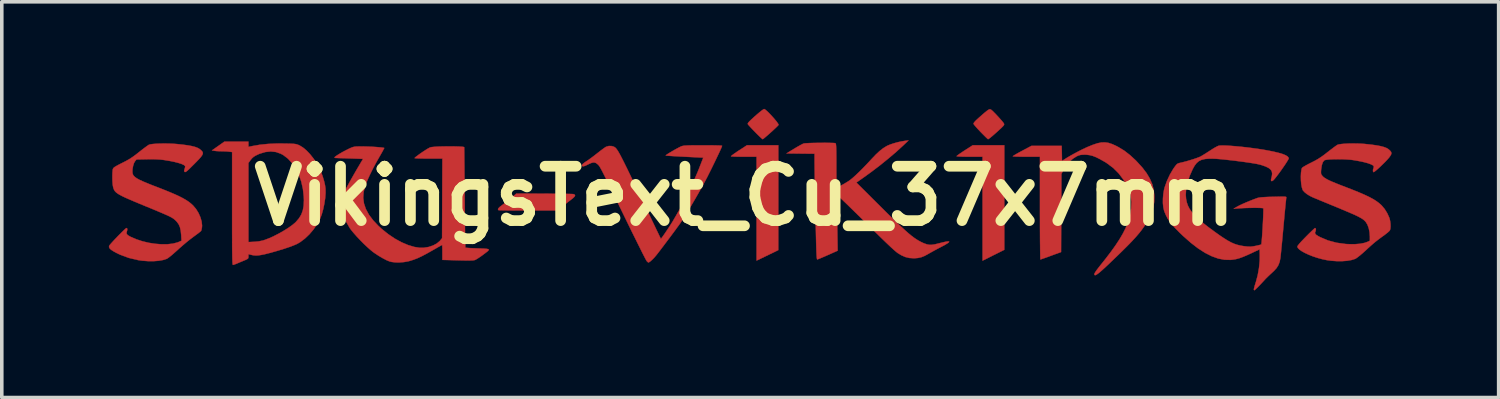
<source format=kicad_pcb>
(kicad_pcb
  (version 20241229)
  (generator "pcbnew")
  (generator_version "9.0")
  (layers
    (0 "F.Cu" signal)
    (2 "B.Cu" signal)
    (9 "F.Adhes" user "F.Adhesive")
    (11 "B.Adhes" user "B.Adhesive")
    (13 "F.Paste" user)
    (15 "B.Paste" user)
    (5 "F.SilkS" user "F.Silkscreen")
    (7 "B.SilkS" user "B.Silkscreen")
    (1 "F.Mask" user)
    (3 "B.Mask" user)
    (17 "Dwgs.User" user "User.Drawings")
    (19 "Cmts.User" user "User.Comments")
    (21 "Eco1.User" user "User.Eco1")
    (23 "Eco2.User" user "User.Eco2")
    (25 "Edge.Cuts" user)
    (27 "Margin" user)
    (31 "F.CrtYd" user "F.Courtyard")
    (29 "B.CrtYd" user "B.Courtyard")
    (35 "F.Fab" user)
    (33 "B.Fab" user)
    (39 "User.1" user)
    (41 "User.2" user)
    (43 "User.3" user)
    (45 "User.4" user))
  (footprint "VikingsText_Cu_37x7mm"
    (layer "F.Cu")
    (at 17.814 2.443)
    (property "Reference" "VikingsText_Cu_37x7mm" (at 0 0 0) (layer "F.SilkS") (effects (font (size 1.524 1.524) (thickness 0.3))))
    (attr through_hole)
    (fp_poly (pts (xy 7.281 1.507) (xy 6.977 1.659) (xy 6.672 1.812) (xy 6.672 -1.101) (xy 6.308 -1.101) (xy 6.2 -1.101) (xy 6.106 -1.103) (xy 6.028 -1.106) (xy 5.974 -1.11) (xy 5.946 -1.114) (xy 5.944 -1.116) (xy 5.957 -1.13) (xy 5.994 -1.158) (xy 6.051 -1.198) (xy 6.121 -1.245) (xy 6.17 -1.277) (xy 6.396 -1.422) (xy 7.281 -1.422) (xy 7.281 1.507)) (stroke (width 0.01) (type solid)) (fill yes) (layer "F.Cu"))
    (fp_poly (pts (xy 0.948 0.047) (xy 0.947 1.516) (xy 0.643 1.663) (xy 0.339 1.81) (xy 0.339 -1.101) (xy -0.014 -1.101) (xy -0.12 -1.101) (xy -0.215 -1.103) (xy -0.292 -1.105) (xy -0.348 -1.108) (xy -0.376 -1.111) (xy -0.379 -1.112) (xy -0.369 -1.125) (xy -0.335 -1.152) (xy -0.282 -1.191) (xy -0.214 -1.238) (xy -0.161 -1.273) (xy 0.069 -1.422) (xy 0.948 -1.422) (xy 0.948 0.047)) (stroke (width 0.01) (type solid)) (fill yes) (layer "F.Cu"))
    (fp_poly (pts (xy -5.614 -0.066) (xy -5.454 -0.065) (xy -5.302 -0.064) (xy -5.164 -0.063) (xy -5.042 -0.061) (xy -4.94 -0.059) (xy -4.862 -0.057) (xy -4.811 -0.055) (xy -4.792 -0.053) (xy -4.757 -0.037) (xy -4.747 -0.014) (xy -4.764 0.018) (xy -4.808 0.061) (xy -4.872 0.111) (xy -4.948 0.169) (xy -5.03 0.235) (xy -5.105 0.296) (xy -5.119 0.308) (xy -5.234 0.406) (xy -6.06 0.406) (xy -6.224 0.406) (xy -6.378 0.406) (xy -6.518 0.405) (xy -6.641 0.403) (xy -6.744 0.402) (xy -6.823 0.4) (xy -6.875 0.398) (xy -6.897 0.395) (xy -6.898 0.395) (xy -6.908 0.372) (xy -6.896 0.344) (xy -6.859 0.306) (xy -6.796 0.258) (xy -6.732 0.211) (xy -6.656 0.151) (xy -6.578 0.088) (xy -6.538 0.055) (xy -6.394 -0.068) (xy -5.614 -0.066)) (stroke (width 0.01) (type solid)) (fill yes) (layer "F.Cu"))
    (fp_poly (pts (xy 0.576 -2.426) (xy 0.616 -2.393) (xy 0.668 -2.345) (xy 0.726 -2.285) (xy 0.786 -2.22) (xy 0.843 -2.155) (xy 0.893 -2.094) (xy 0.931 -2.043) (xy 0.953 -2.007) (xy 0.955 -1.993) (xy 0.94 -1.974) (xy 0.905 -1.939) (xy 0.855 -1.891) (xy 0.795 -1.835) (xy 0.73 -1.776) (xy 0.665 -1.718) (xy 0.605 -1.667) (xy 0.556 -1.625) (xy 0.522 -1.599) (xy 0.509 -1.592) (xy 0.493 -1.603) (xy 0.457 -1.635) (xy 0.407 -1.683) (xy 0.346 -1.743) (xy 0.302 -1.788) (xy 0.236 -1.856) (xy 0.178 -1.917) (xy 0.132 -1.967) (xy 0.102 -2.001) (xy 0.095 -2.011) (xy 0.092 -2.03) (xy 0.106 -2.055) (xy 0.139 -2.093) (xy 0.195 -2.147) (xy 0.196 -2.148) (xy 0.28 -2.225) (xy 0.359 -2.294) (xy 0.43 -2.354) (xy 0.489 -2.4) (xy 0.531 -2.429) (xy 0.552 -2.438) (xy 0.576 -2.426)) (stroke (width 0.01) (type solid)) (fill yes) (layer "F.Cu"))
    (fp_poly (pts (xy 6.904 -2.423) (xy 6.915 -2.416) (xy 6.944 -2.392) (xy 6.988 -2.349) (xy 7.043 -2.293) (xy 7.102 -2.23) (xy 7.16 -2.166) (xy 7.211 -2.108) (xy 7.25 -2.06) (xy 7.271 -2.03) (xy 7.272 -2.028) (xy 7.277 -2.009) (xy 7.27 -1.988) (xy 7.248 -1.959) (xy 7.207 -1.917) (xy 7.162 -1.875) (xy 7.082 -1.802) (xy 7.006 -1.734) (xy 6.939 -1.676) (xy 6.883 -1.63) (xy 6.844 -1.601) (xy 6.827 -1.592) (xy 6.811 -1.603) (xy 6.777 -1.635) (xy 6.727 -1.684) (xy 6.666 -1.745) (xy 6.616 -1.796) (xy 6.55 -1.866) (xy 6.494 -1.928) (xy 6.45 -1.979) (xy 6.424 -2.013) (xy 6.418 -2.026) (xy 6.426 -2.048) (xy 6.451 -2.081) (xy 6.495 -2.127) (xy 6.562 -2.188) (xy 6.653 -2.268) (xy 6.659 -2.274) (xy 6.736 -2.34) (xy 6.793 -2.386) (xy 6.833 -2.414) (xy 6.862 -2.429) (xy 6.884 -2.431) (xy 6.904 -2.423)) (stroke (width 0.01) (type solid)) (fill yes) (layer "F.Cu"))
    (fp_poly (pts (xy 10.2 -1.489) (xy 10.303 -1.455) (xy 10.416 -1.404) (xy 10.48 -1.37) (xy 10.643 -1.271) (xy 10.803 -1.147) (xy 10.966 -0.997) (xy 11 -0.961) (xy 11.151 -0.795) (xy 11.271 -0.637) (xy 11.362 -0.483) (xy 11.428 -0.33) (xy 11.468 -0.174) (xy 11.485 -0.012) (xy 11.486 0.042) (xy 11.48 0.18) (xy 11.459 0.305) (xy 11.421 0.428) (xy 11.364 0.562) (xy 11.357 0.576) (xy 11.307 0.675) (xy 11.253 0.769) (xy 11.195 0.861) (xy 11.129 0.953) (xy 11.052 1.05) (xy 10.963 1.153) (xy 10.859 1.266) (xy 10.737 1.392) (xy 10.594 1.534) (xy 10.429 1.695) (xy 10.419 1.704) (xy 10.279 1.838) (xy 10.162 1.95) (xy 10.065 2.04) (xy 9.986 2.11) (xy 9.924 2.162) (xy 9.877 2.196) (xy 9.844 2.215) (xy 9.821 2.219) (xy 9.809 2.21) (xy 9.805 2.19) (xy 9.804 2.185) (xy 9.815 2.16) (xy 9.843 2.115) (xy 9.885 2.056) (xy 9.937 1.989) (xy 9.95 1.972) (xy 10.123 1.755) (xy 10.273 1.558) (xy 10.401 1.379) (xy 10.51 1.213) (xy 10.6 1.06) (xy 10.674 0.915) (xy 10.733 0.776) (xy 10.778 0.639) (xy 10.811 0.503) (xy 10.834 0.363) (xy 10.836 0.347) (xy 10.844 0.166) (xy 10.824 -0.006) (xy 10.773 -0.175) (xy 10.692 -0.344) (xy 10.628 -0.447) (xy 10.489 -0.631) (xy 10.332 -0.788) (xy 10.154 -0.921) (xy 10.085 -0.964) (xy 9.959 -1.035) (xy 9.853 -1.088) (xy 9.76 -1.124) (xy 9.673 -1.146) (xy 9.587 -1.157) (xy 9.542 -1.158) (xy 9.466 -1.157) (xy 9.41 -1.15) (xy 9.359 -1.135) (xy 9.306 -1.111) (xy 9.204 -1.046) (xy 9.103 -0.958) (xy 9.014 -0.855) (xy 8.945 -0.747) (xy 8.939 -0.735) (xy 8.882 -0.618) (xy 8.877 0.476) (xy 8.872 1.57) (xy 8.589 1.674) (xy 8.497 1.708) (xy 8.416 1.737) (xy 8.351 1.759) (xy 8.309 1.774) (xy 8.293 1.778) (xy 8.291 1.762) (xy 8.289 1.714) (xy 8.288 1.637) (xy 8.286 1.533) (xy 8.285 1.406) (xy 8.283 1.257) (xy 8.282 1.089) (xy 8.281 0.904) (xy 8.281 0.705) (xy 8.28 0.494) (xy 8.28 0.339) (xy 8.28 -1.101) (xy 7.899 -1.101) (xy 7.79 -1.101) (xy 7.693 -1.103) (xy 7.613 -1.105) (xy 7.554 -1.108) (xy 7.523 -1.112) (xy 7.518 -1.114) (xy 7.533 -1.125) (xy 7.572 -1.15) (xy 7.632 -1.185) (xy 7.707 -1.227) (xy 7.78 -1.266) (xy 8.042 -1.405) (xy 8.466 -1.405) (xy 8.889 -1.405) (xy 8.894 -1.194) (xy 8.898 -0.982) (xy 8.96 -1.023) (xy 9.031 -1.068) (xy 9.124 -1.123) (xy 9.232 -1.183) (xy 9.346 -1.244) (xy 9.458 -1.301) (xy 9.559 -1.349) (xy 9.623 -1.378) (xy 9.769 -1.437) (xy 9.893 -1.478) (xy 10.002 -1.5) (xy 10.102 -1.503) (xy 10.2 -1.489)) (stroke (width 0.01) (type solid)) (fill yes) (layer "F.Cu"))
    (fp_poly (pts (xy -13.902 -1.377) (xy -13.796 -1.399) (xy -13.579 -1.437) (xy -13.351 -1.46) (xy -13.105 -1.471) (xy -12.917 -1.47) (xy -12.8 -1.468) (xy -12.712 -1.466) (xy -12.646 -1.463) (xy -12.596 -1.458) (xy -12.558 -1.451) (xy -12.525 -1.44) (xy -12.491 -1.427) (xy -12.467 -1.416) (xy -12.375 -1.36) (xy -12.277 -1.278) (xy -12.178 -1.175) (xy -12.082 -1.055) (xy -11.993 -0.925) (xy -11.922 -0.799) (xy -11.87 -0.683) (xy -11.823 -0.554) (xy -11.783 -0.423) (xy -11.755 -0.301) (xy -11.742 -0.211) (xy -11.74 -0.086) (xy -11.751 0.06) (xy -11.774 0.215) (xy -11.807 0.37) (xy -11.847 0.513) (xy -11.893 0.635) (xy -11.895 0.638) (xy -11.976 0.79) (xy -12.078 0.937) (xy -12.195 1.074) (xy -12.321 1.194) (xy -12.45 1.291) (xy -12.527 1.336) (xy -12.627 1.381) (xy -12.76 1.431) (xy -12.925 1.486) (xy -13.123 1.545) (xy -13.174 1.56) (xy -13.324 1.601) (xy -13.446 1.632) (xy -13.546 1.652) (xy -13.629 1.664) (xy -13.698 1.667) (xy -13.76 1.662) (xy -13.805 1.653) (xy -13.902 1.63) (xy -13.902 1.694) (xy -13.903 1.726) (xy -13.911 1.748) (xy -13.931 1.765) (xy -13.969 1.785) (xy -14.033 1.812) (xy -14.034 1.812) (xy -14.106 1.842) (xy -14.177 1.872) (xy -14.233 1.896) (xy -14.239 1.898) (xy -14.288 1.917) (xy -14.326 1.929) (xy -14.336 1.93) (xy -14.34 1.926) (xy -14.344 1.912) (xy -14.347 1.886) (xy -14.35 1.847) (xy -14.352 1.792) (xy -14.354 1.72) (xy -14.355 1.629) (xy -14.357 1.517) (xy -14.358 1.381) (xy -14.358 1.221) (xy -14.359 1.034) (xy -14.359 0.819) (xy -14.359 0.573) (xy -14.359 0.349) (xy -14.359 -0.926) (xy -13.902 -0.926) (xy -13.902 1.291) (xy -13.737 1.283) (xy -13.612 1.271) (xy -13.501 1.248) (xy -13.437 1.228) (xy -13.312 1.18) (xy -13.178 1.118) (xy -13.04 1.047) (xy -12.906 0.97) (xy -12.782 0.892) (xy -12.674 0.815) (xy -12.59 0.745) (xy -12.57 0.725) (xy -12.484 0.624) (xy -12.42 0.519) (xy -12.378 0.403) (xy -12.354 0.272) (xy -12.347 0.12) (xy -12.351 0.017) (xy -12.375 -0.199) (xy -12.421 -0.404) (xy -12.488 -0.594) (xy -12.573 -0.766) (xy -12.675 -0.918) (xy -12.792 -1.045) (xy -12.923 -1.146) (xy -12.995 -1.185) (xy -13.13 -1.233) (xy -13.275 -1.249) (xy -13.427 -1.233) (xy -13.582 -1.187) (xy -13.629 -1.167) (xy -13.704 -1.131) (xy -13.758 -1.097) (xy -13.801 -1.058) (xy -13.844 -1.006) (xy -13.854 -0.992) (xy -13.902 -0.926) (xy -14.359 -0.926) (xy -14.359 -1.232) (xy -14.438 -1.242) (xy -14.494 -1.248) (xy -14.569 -1.252) (xy -14.647 -1.254) (xy -14.654 -1.254) (xy -14.729 -1.256) (xy -14.8 -1.26) (xy -14.853 -1.266) (xy -14.857 -1.267) (xy -14.924 -1.279) (xy -14.749 -1.401) (xy -14.575 -1.524) (xy -13.902 -1.524) (xy -13.902 -1.377)) (stroke (width 0.01) (type solid)) (fill yes) (layer "F.Cu"))
    (fp_poly (pts (xy 4.453 -1.421) (xy 4.253 -1.238) (xy 4.029 -1.048) (xy 3.792 -0.856) (xy 3.547 -0.67) (xy 3.342 -0.522) (xy 3.136 -0.377) (xy 3.799 0.283) (xy 3.977 0.46) (xy 4.133 0.614) (xy 4.271 0.747) (xy 4.392 0.861) (xy 4.498 0.959) (xy 4.591 1.041) (xy 4.674 1.11) (xy 4.749 1.167) (xy 4.818 1.214) (xy 4.884 1.254) (xy 4.947 1.288) (xy 5.011 1.318) (xy 5.041 1.33) (xy 5.112 1.355) (xy 5.178 1.367) (xy 5.25 1.367) (xy 5.336 1.354) (xy 5.443 1.328) (xy 5.446 1.327) (xy 5.566 1.297) (xy 5.654 1.278) (xy 5.711 1.271) (xy 5.736 1.277) (xy 5.73 1.294) (xy 5.692 1.324) (xy 5.622 1.366) (xy 5.522 1.421) (xy 5.502 1.431) (xy 5.41 1.479) (xy 5.317 1.529) (xy 5.234 1.575) (xy 5.168 1.612) (xy 5.156 1.619) (xy 5.049 1.678) (xy 4.956 1.715) (xy 4.864 1.736) (xy 4.763 1.744) (xy 4.74 1.744) (xy 4.617 1.736) (xy 4.504 1.708) (xy 4.392 1.658) (xy 4.293 1.597) (xy 4.249 1.563) (xy 4.182 1.505) (xy 4.091 1.422) (xy 3.978 1.315) (xy 3.842 1.184) (xy 3.683 1.028) (xy 3.501 0.849) (xy 3.437 0.786) (xy 3.306 0.656) (xy 3.18 0.532) (xy 3.063 0.417) (xy 2.957 0.314) (xy 2.864 0.223) (xy 2.785 0.148) (xy 2.724 0.09) (xy 2.683 0.052) (xy 2.663 0.036) (xy 2.662 0.035) (xy 2.627 0.024) (xy 2.606 0.027) (xy 2.601 0.042) (xy 2.597 0.08) (xy 2.595 0.145) (xy 2.594 0.236) (xy 2.594 0.356) (xy 2.595 0.507) (xy 2.598 0.688) (xy 2.599 0.785) (xy 2.611 1.532) (xy 2.334 1.655) (xy 2.244 1.695) (xy 2.164 1.729) (xy 2.099 1.756) (xy 2.055 1.773) (xy 2.038 1.778) (xy 2.032 1.766) (xy 2.026 1.727) (xy 2.021 1.66) (xy 2.016 1.565) (xy 2.012 1.438) (xy 2.008 1.3) (xy 2.001 1.001) (xy 1.994 0.715) (xy 1.988 0.443) (xy 1.983 0.188) (xy 1.978 -0.048) (xy 1.974 -0.263) (xy 1.971 -0.454) (xy 1.968 -0.62) (xy 1.966 -0.758) (xy 1.965 -0.866) (xy 1.964 -0.927) (xy 1.964 -1.185) (xy 1.571 -1.189) (xy 1.177 -1.194) (xy 1.389 -1.323) (xy 1.469 -1.371) (xy 1.544 -1.413) (xy 1.606 -1.447) (xy 1.649 -1.468) (xy 1.658 -1.471) (xy 1.689 -1.476) (xy 1.749 -1.48) (xy 1.829 -1.484) (xy 1.925 -1.487) (xy 2.031 -1.489) (xy 2.141 -1.49) (xy 2.249 -1.491) (xy 2.348 -1.49) (xy 2.434 -1.488) (xy 2.5 -1.486) (xy 2.54 -1.482) (xy 2.547 -1.48) (xy 2.554 -1.474) (xy 2.56 -1.461) (xy 2.564 -1.437) (xy 2.568 -1.398) (xy 2.57 -1.343) (xy 2.572 -1.267) (xy 2.573 -1.167) (xy 2.574 -1.041) (xy 2.574 -0.884) (xy 2.574 -0.853) (xy 2.574 -0.713) (xy 2.575 -0.583) (xy 2.576 -0.469) (xy 2.577 -0.373) (xy 2.579 -0.3) (xy 2.581 -0.254) (xy 2.583 -0.237) (xy 2.583 -0.237) (xy 2.608 -0.245) (xy 2.655 -0.268) (xy 2.716 -0.3) (xy 2.785 -0.338) (xy 2.853 -0.378) (xy 2.913 -0.415) (xy 2.956 -0.445) (xy 3.026 -0.501) (xy 3.114 -0.58) (xy 3.216 -0.677) (xy 3.327 -0.788) (xy 3.444 -0.91) (xy 3.562 -1.037) (xy 3.679 -1.16) (xy 3.785 -1.259) (xy 3.883 -1.336) (xy 3.98 -1.397) (xy 4.012 -1.413) (xy 4.086 -1.444) (xy 4.182 -1.476) (xy 4.29 -1.506) (xy 4.399 -1.53) (xy 4.497 -1.546) (xy 4.504 -1.547) (xy 4.597 -1.558) (xy 4.453 -1.421)) (stroke (width 0.01) (type solid)) (fill yes) (layer "F.Cu"))
    (fp_poly (pts (xy -1.029 -1.421) (xy -0.907 -1.42) (xy -0.802 -1.418) (xy -0.719 -1.416) (xy -0.66 -1.413) (xy -0.63 -1.409) (xy -0.627 -1.407) (xy -0.634 -1.386) (xy -0.654 -1.338) (xy -0.685 -1.269) (xy -0.725 -1.183) (xy -0.772 -1.085) (xy -0.823 -0.978) (xy -0.877 -0.867) (xy -0.931 -0.756) (xy -0.984 -0.651) (xy -1.032 -0.555) (xy -1.075 -0.472) (xy -1.092 -0.44) (xy -1.184 -0.27) (xy -1.284 -0.091) (xy -1.388 0.09) (xy -1.492 0.268) (xy -1.593 0.436) (xy -1.688 0.588) (xy -1.772 0.719) (xy -1.8 0.762) (xy -1.832 0.807) (xy -1.881 0.874) (xy -1.943 0.959) (xy -2.014 1.055) (xy -2.092 1.16) (xy -2.172 1.266) (xy -2.251 1.371) (xy -2.325 1.469) (xy -2.39 1.554) (xy -2.443 1.623) (xy -2.479 1.668) (xy -2.537 1.735) (xy -2.594 1.792) (xy -2.644 1.836) (xy -2.681 1.86) (xy -2.693 1.863) (xy -2.711 1.852) (xy -2.739 1.825) (xy -2.739 1.824) (xy -2.752 1.803) (xy -2.779 1.754) (xy -2.818 1.679) (xy -2.868 1.581) (xy -2.927 1.462) (xy -2.996 1.324) (xy -3.072 1.17) (xy -3.155 1.003) (xy -3.243 0.823) (xy -3.335 0.635) (xy -3.368 0.567) (xy -3.483 0.33) (xy -3.584 0.122) (xy -3.673 -0.06) (xy -3.75 -0.217) (xy -3.815 -0.351) (xy -3.871 -0.465) (xy -3.919 -0.56) (xy -3.958 -0.638) (xy -3.99 -0.7) (xy -4.017 -0.75) (xy -4.039 -0.789) (xy -4.056 -0.818) (xy -4.071 -0.84) (xy -4.084 -0.857) (xy -4.096 -0.871) (xy -4.108 -0.883) (xy -4.11 -0.885) (xy -4.162 -0.925) (xy -4.213 -0.941) (xy -4.272 -0.934) (xy -4.347 -0.904) (xy -4.374 -0.89) (xy -4.454 -0.851) (xy -4.509 -0.833) (xy -4.542 -0.835) (xy -4.555 -0.856) (xy -4.555 -0.862) (xy -4.539 -0.892) (xy -4.491 -0.932) (xy -4.441 -0.966) (xy -4.384 -1.004) (xy -4.31 -1.057) (xy -4.228 -1.118) (xy -4.146 -1.182) (xy -4.131 -1.194) (xy -4.057 -1.252) (xy -3.988 -1.304) (xy -3.93 -1.346) (xy -3.89 -1.373) (xy -3.882 -1.378) (xy -3.803 -1.402) (xy -3.72 -1.4) (xy -3.658 -1.38) (xy -3.641 -1.37) (xy -3.624 -1.359) (xy -3.607 -1.343) (xy -3.588 -1.321) (xy -3.567 -1.292) (xy -3.542 -1.254) (xy -3.513 -1.204) (xy -3.478 -1.141) (xy -3.438 -1.063) (xy -3.39 -0.969) (xy -3.334 -0.856) (xy -3.268 -0.722) (xy -3.193 -0.567) (xy -3.106 -0.388) (xy -3.008 -0.183) (xy -2.897 0.049) (xy -2.811 0.229) (xy -2.73 0.397) (xy -2.653 0.557) (xy -2.582 0.705) (xy -2.518 0.838) (xy -2.463 0.954) (xy -2.416 1.051) (xy -2.38 1.126) (xy -2.356 1.176) (xy -2.345 1.198) (xy -2.344 1.199) (xy -2.333 1.189) (xy -2.307 1.155) (xy -2.269 1.102) (xy -2.222 1.034) (xy -2.17 0.956) (xy -2.115 0.873) (xy -2.061 0.79) (xy -2.011 0.71) (xy -1.998 0.688) (xy -1.808 0.36) (xy -1.627 0.016) (xy -1.46 -0.332) (xy -1.312 -0.674) (xy -1.26 -0.804) (xy -1.155 -1.075) (xy -1.677 -1.101) (xy -1.806 -1.107) (xy -1.925 -1.114) (xy -2.028 -1.12) (xy -2.112 -1.126) (xy -2.172 -1.131) (xy -2.204 -1.134) (xy -2.208 -1.136) (xy -2.198 -1.147) (xy -2.164 -1.171) (xy -2.112 -1.204) (xy -2.048 -1.242) (xy -1.978 -1.283) (xy -1.908 -1.322) (xy -1.843 -1.357) (xy -1.791 -1.383) (xy -1.771 -1.392) (xy -1.748 -1.4) (xy -1.719 -1.406) (xy -1.68 -1.412) (xy -1.627 -1.415) (xy -1.558 -1.418) (xy -1.467 -1.42) (xy -1.35 -1.421) (xy -1.205 -1.421) (xy -1.164 -1.421) (xy -1.029 -1.421)) (stroke (width 0.01) (type solid)) (fill yes) (layer "F.Cu"))
    (fp_poly (pts (xy -16.14 -1.469) (xy -16.024 -1.465) (xy -15.923 -1.458) (xy -15.75 -1.44) (xy -15.608 -1.421) (xy -15.492 -1.4) (xy -15.398 -1.376) (xy -15.324 -1.348) (xy -15.266 -1.314) (xy -15.219 -1.274) (xy -15.216 -1.271) (xy -15.192 -1.242) (xy -15.18 -1.214) (xy -15.181 -1.183) (xy -15.197 -1.146) (xy -15.231 -1.098) (xy -15.284 -1.037) (xy -15.359 -0.959) (xy -15.426 -0.891) (xy -15.509 -0.809) (xy -15.571 -0.748) (xy -15.616 -0.707) (xy -15.648 -0.683) (xy -15.669 -0.672) (xy -15.683 -0.673) (xy -15.687 -0.675) (xy -15.701 -0.694) (xy -15.702 -0.72) (xy -15.689 -0.761) (xy -15.677 -0.805) (xy -15.676 -0.837) (xy -15.678 -0.842) (xy -15.711 -0.869) (xy -15.774 -0.898) (xy -15.863 -0.927) (xy -15.975 -0.956) (xy -16.107 -0.983) (xy -16.253 -1.007) (xy -16.264 -1.009) (xy -16.374 -1.022) (xy -16.492 -1.029) (xy -16.627 -1.032) (xy -16.745 -1.03) (xy -17.038 -1.024) (xy -17.077 -0.978) (xy -17.109 -0.923) (xy -17.134 -0.845) (xy -17.15 -0.754) (xy -17.153 -0.686) (xy -17.15 -0.642) (xy -17.139 -0.603) (xy -17.117 -0.566) (xy -17.081 -0.531) (xy -17.028 -0.494) (xy -16.957 -0.454) (xy -16.863 -0.411) (xy -16.744 -0.361) (xy -16.598 -0.302) (xy -16.493 -0.262) (xy -16.29 -0.183) (xy -16.117 -0.113) (xy -15.969 -0.05) (xy -15.845 0.007) (xy -15.739 0.061) (xy -15.651 0.112) (xy -15.575 0.162) (xy -15.51 0.214) (xy -15.453 0.266) (xy -15.37 0.364) (xy -15.3 0.478) (xy -15.247 0.598) (xy -15.213 0.718) (xy -15.201 0.83) (xy -15.205 0.882) (xy -15.215 0.933) (xy -15.225 0.97) (xy -15.229 0.978) (xy -15.247 0.995) (xy -15.287 1.027) (xy -15.344 1.07) (xy -15.413 1.121) (xy -15.447 1.146) (xy -15.532 1.21) (xy -15.631 1.289) (xy -15.735 1.377) (xy -15.835 1.464) (xy -15.887 1.512) (xy -15.971 1.587) (xy -16.049 1.655) (xy -16.116 1.709) (xy -16.168 1.747) (xy -16.193 1.761) (xy -16.293 1.793) (xy -16.418 1.815) (xy -16.562 1.826) (xy -16.716 1.825) (xy -16.875 1.813) (xy -16.994 1.796) (xy -17.256 1.734) (xy -17.501 1.643) (xy -17.595 1.598) (xy -17.69 1.546) (xy -17.755 1.503) (xy -17.794 1.464) (xy -17.809 1.429) (xy -17.804 1.397) (xy -17.789 1.374) (xy -17.754 1.333) (xy -17.706 1.279) (xy -17.647 1.216) (xy -17.582 1.148) (xy -17.516 1.08) (xy -17.453 1.017) (xy -17.397 0.963) (xy -17.354 0.922) (xy -17.327 0.9) (xy -17.321 0.897) (xy -17.3 0.911) (xy -17.297 0.948) (xy -17.308 0.99) (xy -17.318 1.033) (xy -17.311 1.068) (xy -17.28 1.099) (xy -17.224 1.133) (xy -17.203 1.144) (xy -17.046 1.212) (xy -16.876 1.268) (xy -16.698 1.311) (xy -16.517 1.339) (xy -16.341 1.353) (xy -16.174 1.352) (xy -16.022 1.335) (xy -15.892 1.302) (xy -15.852 1.286) (xy -15.777 1.253) (xy -15.786 1.096) (xy -15.799 0.971) (xy -15.822 0.871) (xy -15.858 0.79) (xy -15.91 0.72) (xy -15.934 0.695) (xy -15.96 0.67) (xy -15.987 0.647) (xy -16.018 0.625) (xy -16.055 0.602) (xy -16.102 0.577) (xy -16.162 0.548) (xy -16.239 0.514) (xy -16.334 0.473) (xy -16.452 0.423) (xy -16.594 0.364) (xy -16.759 0.296) (xy -16.949 0.218) (xy -17.111 0.15) (xy -17.246 0.092) (xy -17.357 0.043) (xy -17.447 -0.000292) (xy -17.518 -0.038) (xy -17.573 -0.073) (xy -17.614 -0.105) (xy -17.644 -0.137) (xy -17.665 -0.17) (xy -17.68 -0.205) (xy -17.692 -0.244) (xy -17.696 -0.263) (xy -17.706 -0.321) (xy -17.712 -0.4) (xy -17.715 -0.49) (xy -17.715 -0.581) (xy -17.712 -0.663) (xy -17.706 -0.727) (xy -17.701 -0.754) (xy -17.691 -0.775) (xy -17.674 -0.795) (xy -17.644 -0.817) (xy -17.597 -0.845) (xy -17.528 -0.882) (xy -17.441 -0.926) (xy -17.331 -0.982) (xy -17.238 -1.035) (xy -17.153 -1.09) (xy -17.062 -1.156) (xy -16.967 -1.231) (xy -16.888 -1.293) (xy -16.815 -1.349) (xy -16.753 -1.394) (xy -16.707 -1.426) (xy -16.688 -1.437) (xy -16.645 -1.449) (xy -16.574 -1.458) (xy -16.482 -1.465) (xy -16.375 -1.469) (xy -16.259 -1.471) (xy -16.14 -1.469)) (stroke (width 0.01) (type solid)) (fill yes) (layer "F.Cu"))
    (fp_poly (pts (xy -8.098 -1.389) (xy -8.007 -1.386) (xy -7.933 -1.382) (xy -7.881 -1.377) (xy -7.856 -1.369) (xy -7.855 -1.367) (xy -7.854 -1.348) (xy -7.854 -1.296) (xy -7.853 -1.216) (xy -7.852 -1.11) (xy -7.851 -0.981) (xy -7.849 -0.83) (xy -7.848 -0.66) (xy -7.846 -0.475) (xy -7.845 -0.276) (xy -7.843 -0.066) (xy -7.842 0.045) (xy -7.84 0.259) (xy -7.839 0.464) (xy -7.837 0.656) (xy -7.834 0.833) (xy -7.832 0.992) (xy -7.83 1.132) (xy -7.828 1.249) (xy -7.826 1.342) (xy -7.824 1.407) (xy -7.822 1.442) (xy -7.821 1.447) (xy -7.802 1.451) (xy -7.754 1.455) (xy -7.684 1.46) (xy -7.597 1.464) (xy -7.516 1.467) (xy -7.387 1.471) (xy -7.289 1.475) (xy -7.221 1.481) (xy -7.18 1.49) (xy -7.165 1.504) (xy -7.174 1.524) (xy -7.204 1.553) (xy -7.253 1.591) (xy -7.31 1.634) (xy -7.382 1.687) (xy -7.451 1.734) (xy -7.509 1.77) (xy -7.548 1.791) (xy -7.55 1.792) (xy -7.578 1.799) (xy -7.619 1.804) (xy -7.677 1.806) (xy -7.755 1.807) (xy -7.859 1.806) (xy -7.991 1.803) (xy -8.039 1.802) (xy -8.467 1.79) (xy -8.467 1.581) (xy -8.467 1.501) (xy -8.469 1.435) (xy -8.471 1.39) (xy -8.474 1.372) (xy -8.474 1.372) (xy -8.49 1.38) (xy -8.531 1.402) (xy -8.592 1.436) (xy -8.667 1.479) (xy -8.749 1.526) (xy -8.907 1.615) (xy -9.042 1.686) (xy -9.161 1.742) (xy -9.27 1.784) (xy -9.374 1.817) (xy -9.423 1.83) (xy -9.542 1.851) (xy -9.666 1.861) (xy -9.787 1.86) (xy -9.892 1.847) (xy -9.95 1.832) (xy -10.034 1.797) (xy -10.135 1.744) (xy -10.245 1.68) (xy -10.354 1.608) (xy -10.407 1.571) (xy -10.486 1.507) (xy -10.579 1.424) (xy -10.679 1.329) (xy -10.779 1.227) (xy -10.875 1.125) (xy -10.96 1.028) (xy -11.029 0.943) (xy -11.062 0.897) (xy -11.167 0.714) (xy -11.24 0.535) (xy -11.278 0.36) (xy -11.284 0.189) (xy -11.256 0.02) (xy -11.227 -0.072) (xy -11.201 -0.132) (xy -11.158 -0.218) (xy -11.102 -0.325) (xy -11.033 -0.451) (xy -10.953 -0.592) (xy -10.865 -0.745) (xy -10.825 -0.813) (xy -10.69 -1.041) (xy -11.014 -1.052) (xy -11.121 -1.055) (xy -11.223 -1.059) (xy -11.311 -1.061) (xy -11.38 -1.063) (xy -11.419 -1.065) (xy -11.467 -1.067) (xy -11.488 -1.073) (xy -11.486 -1.086) (xy -11.48 -1.093) (xy -11.452 -1.117) (xy -11.4 -1.151) (xy -11.332 -1.193) (xy -11.254 -1.238) (xy -11.172 -1.281) (xy -11.094 -1.32) (xy -11.065 -1.334) (xy -11.016 -1.356) (xy -10.975 -1.371) (xy -10.935 -1.38) (xy -10.887 -1.386) (xy -10.823 -1.388) (xy -10.736 -1.389) (xy -10.708 -1.389) (xy -10.625 -1.387) (xy -10.532 -1.384) (xy -10.434 -1.38) (xy -10.338 -1.374) (xy -10.25 -1.367) (xy -10.177 -1.36) (xy -10.123 -1.353) (xy -10.097 -1.347) (xy -10.095 -1.346) (xy -10.102 -1.331) (xy -10.123 -1.291) (xy -10.155 -1.232) (xy -10.196 -1.16) (xy -10.225 -1.11) (xy -10.32 -0.942) (xy -10.41 -0.774) (xy -10.49 -0.613) (xy -10.559 -0.463) (xy -10.613 -0.332) (xy -10.633 -0.274) (xy -10.674 -0.11) (xy -10.685 0.051) (xy -10.664 0.208) (xy -10.611 0.365) (xy -10.527 0.521) (xy -10.41 0.678) (xy -10.26 0.837) (xy -10.165 0.924) (xy -9.986 1.068) (xy -9.801 1.193) (xy -9.615 1.295) (xy -9.43 1.374) (xy -9.253 1.427) (xy -9.114 1.449) (xy -8.982 1.449) (xy -8.851 1.428) (xy -8.729 1.387) (xy -8.622 1.33) (xy -8.539 1.26) (xy -8.526 1.245) (xy -8.475 1.182) (xy -8.471 0.066) (xy -8.466 -1.05) (xy -8.856 -1.05) (xy -8.967 -1.05) (xy -9.065 -1.052) (xy -9.147 -1.054) (xy -9.207 -1.057) (xy -9.24 -1.06) (xy -9.245 -1.063) (xy -9.232 -1.079) (xy -9.195 -1.109) (xy -9.142 -1.149) (xy -9.078 -1.195) (xy -9.009 -1.242) (xy -8.94 -1.287) (xy -8.879 -1.325) (xy -8.83 -1.352) (xy -8.806 -1.363) (xy -8.768 -1.371) (xy -8.705 -1.377) (xy -8.623 -1.383) (xy -8.526 -1.387) (xy -8.42 -1.389) (xy -8.309 -1.391) (xy -8.2 -1.391) (xy -8.098 -1.389)) (stroke (width 0.01) (type solid)) (fill yes) (layer "F.Cu"))
    (fp_poly (pts (xy 17.164 -1.471) (xy 17.281 -1.466) (xy 17.388 -1.459) (xy 17.401 -1.457) (xy 17.571 -1.439) (xy 17.712 -1.419) (xy 17.825 -1.398) (xy 17.916 -1.374) (xy 17.988 -1.347) (xy 18.044 -1.314) (xy 18.088 -1.276) (xy 18.091 -1.273) (xy 18.122 -1.233) (xy 18.13 -1.193) (xy 18.115 -1.149) (xy 18.076 -1.092) (xy 18.056 -1.067) (xy 18.009 -1.014) (xy 17.951 -0.953) (xy 17.886 -0.889) (xy 17.821 -0.826) (xy 17.758 -0.768) (xy 17.702 -0.719) (xy 17.659 -0.685) (xy 17.633 -0.669) (xy 17.629 -0.668) (xy 17.613 -0.695) (xy 17.614 -0.739) (xy 17.628 -0.779) (xy 17.637 -0.816) (xy 17.635 -0.835) (xy 17.609 -0.862) (xy 17.553 -0.89) (xy 17.47 -0.92) (xy 17.364 -0.949) (xy 17.238 -0.976) (xy 17.097 -1.001) (xy 17.047 -1.009) (xy 16.958 -1.019) (xy 16.855 -1.026) (xy 16.745 -1.031) (xy 16.632 -1.032) (xy 16.524 -1.031) (xy 16.425 -1.027) (xy 16.343 -1.02) (xy 16.282 -1.011) (xy 16.248 -1) (xy 16.247 -0.999) (xy 16.207 -0.946) (xy 16.179 -0.863) (xy 16.161 -0.748) (xy 16.16 -0.74) (xy 16.156 -0.676) (xy 16.157 -0.633) (xy 16.166 -0.604) (xy 16.186 -0.575) (xy 16.197 -0.562) (xy 16.225 -0.533) (xy 16.264 -0.504) (xy 16.317 -0.472) (xy 16.386 -0.437) (xy 16.476 -0.397) (xy 16.588 -0.351) (xy 16.727 -0.296) (xy 16.857 -0.246) (xy 17.058 -0.168) (xy 17.23 -0.098) (xy 17.376 -0.035) (xy 17.499 0.023) (xy 17.602 0.078) (xy 17.69 0.131) (xy 17.764 0.184) (xy 17.829 0.239) (xy 17.857 0.266) (xy 17.941 0.366) (xy 18.015 0.486) (xy 18.071 0.611) (xy 18.077 0.628) (xy 18.094 0.7) (xy 18.104 0.781) (xy 18.106 0.86) (xy 18.099 0.926) (xy 18.087 0.96) (xy 18.066 0.986) (xy 18.024 1.024) (xy 17.969 1.067) (xy 17.946 1.085) (xy 17.841 1.161) (xy 17.757 1.224) (xy 17.686 1.279) (xy 17.62 1.334) (xy 17.553 1.393) (xy 17.475 1.463) (xy 17.413 1.521) (xy 17.333 1.593) (xy 17.257 1.658) (xy 17.191 1.71) (xy 17.14 1.747) (xy 17.115 1.761) (xy 17.015 1.793) (xy 16.89 1.815) (xy 16.746 1.826) (xy 16.592 1.825) (xy 16.434 1.813) (xy 16.315 1.796) (xy 16.184 1.768) (xy 16.052 1.732) (xy 15.926 1.69) (xy 15.808 1.643) (xy 15.703 1.594) (xy 15.615 1.545) (xy 15.548 1.497) (xy 15.506 1.453) (xy 15.494 1.418) (xy 15.506 1.392) (xy 15.543 1.344) (xy 15.603 1.277) (xy 15.685 1.191) (xy 15.735 1.14) (xy 15.808 1.066) (xy 15.874 1.002) (xy 15.929 0.95) (xy 15.968 0.914) (xy 15.988 0.898) (xy 15.989 0.897) (xy 16.008 0.911) (xy 16.014 0.944) (xy 16.005 0.985) (xy 16.001 0.993) (xy 15.988 1.028) (xy 15.995 1.058) (xy 16.023 1.089) (xy 16.077 1.123) (xy 16.133 1.153) (xy 16.354 1.246) (xy 16.593 1.31) (xy 16.849 1.345) (xy 16.925 1.349) (xy 17.096 1.351) (xy 17.248 1.339) (xy 17.375 1.314) (xy 17.453 1.287) (xy 17.526 1.255) (xy 17.526 1.129) (xy 17.517 1.013) (xy 17.494 0.902) (xy 17.458 0.803) (xy 17.412 0.728) (xy 17.406 0.721) (xy 17.379 0.692) (xy 17.347 0.664) (xy 17.308 0.636) (xy 17.258 0.607) (xy 17.195 0.573) (xy 17.116 0.535) (xy 17.017 0.491) (xy 16.895 0.439) (xy 16.747 0.377) (xy 16.595 0.313) (xy 16.458 0.257) (xy 16.328 0.203) (xy 16.21 0.155) (xy 16.107 0.112) (xy 16.023 0.077) (xy 15.962 0.052) (xy 15.928 0.038) (xy 15.926 0.037) (xy 15.841 -0.005) (xy 15.761 -0.055) (xy 15.696 -0.107) (xy 15.652 -0.155) (xy 15.643 -0.171) (xy 15.62 -0.242) (xy 15.603 -0.335) (xy 15.594 -0.442) (xy 15.592 -0.552) (xy 15.597 -0.656) (xy 15.61 -0.743) (xy 15.622 -0.783) (xy 15.64 -0.801) (xy 15.684 -0.829) (xy 15.747 -0.865) (xy 15.824 -0.906) (xy 15.873 -0.93) (xy 15.983 -0.986) (xy 16.076 -1.039) (xy 16.164 -1.096) (xy 16.258 -1.164) (xy 16.339 -1.228) (xy 16.418 -1.289) (xy 16.492 -1.345) (xy 16.554 -1.391) (xy 16.6 -1.423) (xy 16.619 -1.435) (xy 16.661 -1.447) (xy 16.73 -1.457) (xy 16.821 -1.465) (xy 16.928 -1.47) (xy 17.044 -1.472) (xy 17.164 -1.471)) (stroke (width 0.01) (type solid)) (fill yes) (layer "F.Cu"))
    (fp_poly (pts (xy 13.513 -1.413) (xy 13.635 -1.405) (xy 13.772 -1.394) (xy 13.92 -1.38) (xy 14.075 -1.363) (xy 14.232 -1.343) (xy 14.386 -1.322) (xy 14.534 -1.299) (xy 14.647 -1.279) (xy 14.825 -1.244) (xy 14.971 -1.209) (xy 15.085 -1.175) (xy 15.168 -1.141) (xy 15.223 -1.105) (xy 15.25 -1.069) (xy 15.253 -1.058) (xy 15.245 -1.035) (xy 15.219 -0.99) (xy 15.181 -0.928) (xy 15.132 -0.855) (xy 15.077 -0.775) (xy 15.019 -0.693) (xy 14.962 -0.615) (xy 14.908 -0.545) (xy 14.863 -0.488) (xy 14.829 -0.45) (xy 14.822 -0.443) (xy 14.784 -0.418) (xy 14.76 -0.422) (xy 14.755 -0.453) (xy 14.765 -0.497) (xy 14.779 -0.555) (xy 14.787 -0.619) (xy 14.787 -0.625) (xy 14.779 -0.686) (xy 14.747 -0.739) (xy 14.689 -0.786) (xy 14.603 -0.828) (xy 14.487 -0.868) (xy 14.416 -0.887) (xy 14.355 -0.9) (xy 14.265 -0.916) (xy 14.153 -0.933) (xy 14.025 -0.952) (xy 13.887 -0.97) (xy 13.744 -0.989) (xy 13.603 -1.005) (xy 13.468 -1.02) (xy 13.347 -1.032) (xy 13.244 -1.041) (xy 13.173 -1.045) (xy 13.027 -1.047) (xy 12.909 -1.038) (xy 12.813 -1.016) (xy 12.736 -0.979) (xy 12.671 -0.924) (xy 12.613 -0.848) (xy 12.561 -0.755) (xy 12.476 -0.564) (xy 12.414 -0.377) (xy 12.377 -0.199) (xy 12.366 -0.033) (xy 12.376 0.087) (xy 12.397 0.184) (xy 12.43 0.276) (xy 12.477 0.366) (xy 12.541 0.456) (xy 12.623 0.55) (xy 12.727 0.649) (xy 12.853 0.757) (xy 13.005 0.876) (xy 13.158 0.989) (xy 13.304 1.094) (xy 13.429 1.178) (xy 13.537 1.246) (xy 13.634 1.299) (xy 13.724 1.339) (xy 13.811 1.368) (xy 13.901 1.39) (xy 13.998 1.406) (xy 14.025 1.409) (xy 14.11 1.418) (xy 14.181 1.419) (xy 14.253 1.411) (xy 14.321 1.399) (xy 14.389 1.384) (xy 14.443 1.371) (xy 14.477 1.36) (xy 14.482 1.357) (xy 14.487 1.337) (xy 14.493 1.289) (xy 14.499 1.217) (xy 14.506 1.126) (xy 14.513 1.023) (xy 14.52 0.912) (xy 14.526 0.798) (xy 14.532 0.686) (xy 14.537 0.582) (xy 14.54 0.491) (xy 14.542 0.417) (xy 14.542 0.367) (xy 14.54 0.344) (xy 14.54 0.344) (xy 14.517 0.338) (xy 14.467 0.334) (xy 14.394 0.332) (xy 14.305 0.331) (xy 14.205 0.332) (xy 14.1 0.334) (xy 13.996 0.338) (xy 13.902 0.343) (xy 13.708 0.356) (xy 13.809 0.297) (xy 13.87 0.265) (xy 13.954 0.225) (xy 14.053 0.182) (xy 14.158 0.138) (xy 14.262 0.097) (xy 14.355 0.063) (xy 14.376 0.055) (xy 14.419 0.045) (xy 14.481 0.037) (xy 14.568 0.031) (xy 14.682 0.025) (xy 14.823 0.022) (xy 14.944 0.019) (xy 15.035 0.017) (xy 15.1 0.017) (xy 15.144 0.019) (xy 15.17 0.023) (xy 15.182 0.028) (xy 15.185 0.037) (xy 15.184 0.045) (xy 15.18 0.068) (xy 15.175 0.121) (xy 15.166 0.201) (xy 15.156 0.304) (xy 15.144 0.426) (xy 15.131 0.565) (xy 15.117 0.716) (xy 15.105 0.847) (xy 15.09 1.01) (xy 15.076 1.166) (xy 15.062 1.312) (xy 15.049 1.443) (xy 15.038 1.556) (xy 15.029 1.646) (xy 15.022 1.709) (xy 15.019 1.736) (xy 14.997 1.846) (xy 14.962 1.937) (xy 14.911 2.019) (xy 14.836 2.101) (xy 14.791 2.143) (xy 14.728 2.201) (xy 14.667 2.259) (xy 14.617 2.308) (xy 14.598 2.328) (xy 14.527 2.405) (xy 14.459 2.478) (xy 14.397 2.542) (xy 14.345 2.593) (xy 14.308 2.628) (xy 14.289 2.642) (xy 14.289 2.642) (xy 14.277 2.628) (xy 14.275 2.614) (xy 14.28 2.587) (xy 14.293 2.536) (xy 14.313 2.468) (xy 14.333 2.406) (xy 14.383 2.218) (xy 14.419 2.016) (xy 14.439 1.816) (xy 14.441 1.666) (xy 14.436 1.494) (xy 14.207 1.602) (xy 14.071 1.664) (xy 13.957 1.711) (xy 13.86 1.746) (xy 13.772 1.769) (xy 13.686 1.783) (xy 13.621 1.79) (xy 13.453 1.786) (xy 13.279 1.753) (xy 13.097 1.688) (xy 12.908 1.593) (xy 12.71 1.466) (xy 12.504 1.307) (xy 12.289 1.117) (xy 12.203 1.035) (xy 12.087 0.918) (xy 11.994 0.816) (xy 11.92 0.724) (xy 11.861 0.635) (xy 11.814 0.545) (xy 11.773 0.448) (xy 11.758 0.406) (xy 11.737 0.313) (xy 11.726 0.198) (xy 11.727 0.07) (xy 11.738 -0.06) (xy 11.759 -0.182) (xy 11.774 -0.24) (xy 11.84 -0.424) (xy 11.922 -0.601) (xy 12.016 -0.76) (xy 12.037 -0.79) (xy 12.08 -0.849) (xy 12.111 -0.886) (xy 12.14 -0.908) (xy 12.175 -0.921) (xy 12.221 -0.932) (xy 12.297 -0.95) (xy 12.389 -0.974) (xy 12.487 -1.003) (xy 12.584 -1.033) (xy 12.672 -1.063) (xy 12.741 -1.089) (xy 12.774 -1.103) (xy 12.815 -1.126) (xy 12.876 -1.163) (xy 12.949 -1.209) (xy 13.027 -1.259) (xy 13.036 -1.265) (xy 13.112 -1.314) (xy 13.183 -1.357) (xy 13.243 -1.389) (xy 13.283 -1.407) (xy 13.287 -1.408) (xy 13.335 -1.415) (xy 13.412 -1.416) (xy 13.513 -1.413)) (stroke (width 0.01) (type solid)) (fill yes) (layer "F.Cu")))
  (gr_rect
    (start -3 -3)
    (end 38.949 8.09)
    (stroke (width 0.1) (type default))
    (fill no)
    (layer "Edge.Cuts")))
</source>
